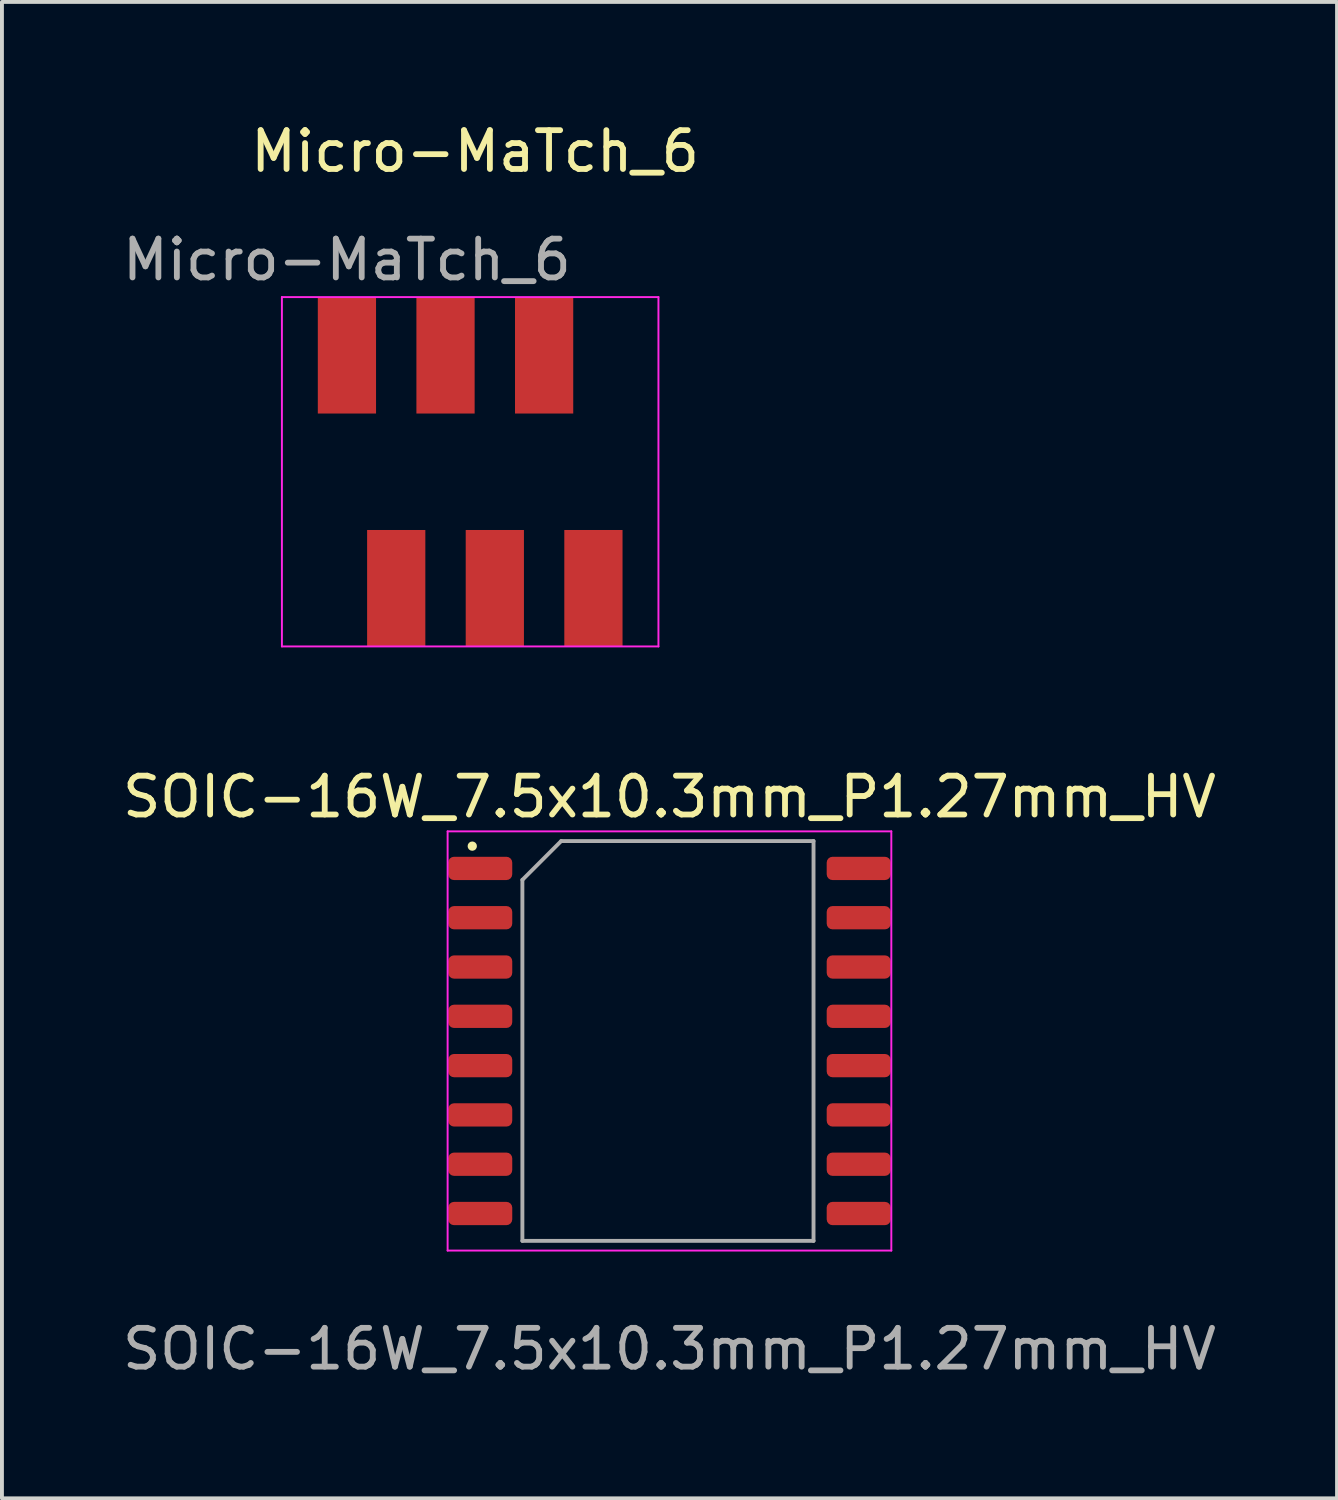
<source format=kicad_pcb>
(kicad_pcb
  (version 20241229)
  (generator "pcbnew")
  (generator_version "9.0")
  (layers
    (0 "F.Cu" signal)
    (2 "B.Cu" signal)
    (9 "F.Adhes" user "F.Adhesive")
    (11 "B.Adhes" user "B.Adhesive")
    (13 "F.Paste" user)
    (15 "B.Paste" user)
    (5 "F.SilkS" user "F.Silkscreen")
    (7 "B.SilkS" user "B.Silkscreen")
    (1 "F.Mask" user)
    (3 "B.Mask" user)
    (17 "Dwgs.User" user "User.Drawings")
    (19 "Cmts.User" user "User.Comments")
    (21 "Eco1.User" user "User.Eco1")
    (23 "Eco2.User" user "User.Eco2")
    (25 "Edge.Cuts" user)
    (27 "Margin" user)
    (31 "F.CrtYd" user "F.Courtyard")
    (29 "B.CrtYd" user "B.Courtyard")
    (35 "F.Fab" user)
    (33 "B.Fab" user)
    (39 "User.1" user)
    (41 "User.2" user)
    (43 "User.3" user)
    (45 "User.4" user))
  (footprint "SOIC-16W_7.5x10.3mm_P1.27mm_HV"
    (layer "F.Cu")
    (at 14.196 23.7)
    (property "Reference" "SOIC-16W_7.5x10.3mm_P1.27mm_HV" (at 0 -6.223 0) (unlocked yes) (layer "F.SilkS") (effects (font (size 1 1) (thickness 0.15))))
    (attr smd)
    (fp_circle (center -5.08 -4.953) (end -5.08 -4.953) (stroke (width 0.12) (type solid)) (fill no) (layer "F.SilkS"))
    (fp_line (start -5.715 -5.334) (end -5.715 5.466) (stroke (width 0.05) (type solid)) (layer "F.CrtYd"))
    (fp_line (start -5.715 5.466) (end 5.715 5.466) (stroke (width 0.05) (type solid)) (layer "F.CrtYd"))
    (fp_line (start 5.715 -5.334) (end -5.715 -5.334) (stroke (width 0.05) (type solid)) (layer "F.CrtYd"))
    (fp_line (start 5.715 5.466) (end 5.715 -5.334) (stroke (width 0.05) (type solid)) (layer "F.CrtYd"))
    (fp_line (start -3.789 -4.084) (end -2.789 -5.084) (stroke (width 0.1) (type solid)) (layer "F.Fab"))
    (fp_line (start -3.789 5.216) (end -3.789 -4.084) (stroke (width 0.1) (type solid)) (layer "F.Fab"))
    (fp_line (start -2.789 -5.084) (end 3.711 -5.084) (stroke (width 0.1) (type solid)) (layer "F.Fab"))
    (fp_line (start 3.711 -5.084) (end 3.711 5.216) (stroke (width 0.1) (type solid)) (layer "F.Fab"))
    (fp_line (start 3.711 5.216) (end -3.789 5.216) (stroke (width 0.1) (type solid)) (layer "F.Fab"))
    (fp_text user "${REFERENCE}" (at 0 8.001 0) (unlocked yes) (layer "F.Fab") (effects (font (size 1 1) (thickness 0.15))))
    (pad "1" smd roundrect (at -4.875 -4.379) (size 1.65 0.6) (layers "F.Cu" "F.Mask" "F.Paste") (roundrect_rratio 0.25))
    (pad "2" smd roundrect (at -4.875 -3.109) (size 1.65 0.6) (layers "F.Cu" "F.Mask" "F.Paste") (roundrect_rratio 0.25))
    (pad "3" smd roundrect (at -4.875 -1.839) (size 1.65 0.6) (layers "F.Cu" "F.Mask" "F.Paste") (roundrect_rratio 0.25))
    (pad "4" smd roundrect (at -4.875 -0.569) (size 1.65 0.6) (layers "F.Cu" "F.Mask" "F.Paste") (roundrect_rratio 0.25))
    (pad "5" smd roundrect (at -4.875 0.701) (size 1.65 0.6) (layers "F.Cu" "F.Mask" "F.Paste") (roundrect_rratio 0.25))
    (pad "6" smd roundrect (at -4.875 1.971) (size 1.65 0.6) (layers "F.Cu" "F.Mask" "F.Paste") (roundrect_rratio 0.25))
    (pad "7" smd roundrect (at -4.875 3.241) (size 1.65 0.6) (layers "F.Cu" "F.Mask" "F.Paste") (roundrect_rratio 0.25))
    (pad "8" smd roundrect (at -4.875 4.511) (size 1.65 0.6) (layers "F.Cu" "F.Mask" "F.Paste") (roundrect_rratio 0.25))
    (pad "9" smd roundrect (at 4.875 4.511) (size 1.65 0.6) (layers "F.Cu" "F.Mask" "F.Paste") (roundrect_rratio 0.25))
    (pad "10" smd roundrect (at 4.875 3.241) (size 1.65 0.6) (layers "F.Cu" "F.Mask" "F.Paste") (roundrect_rratio 0.25))
    (pad "11" smd roundrect (at 4.875 1.971) (size 1.65 0.6) (layers "F.Cu" "F.Mask" "F.Paste") (roundrect_rratio 0.25))
    (pad "12" smd roundrect (at 4.875 0.701) (size 1.65 0.6) (layers "F.Cu" "F.Mask" "F.Paste") (roundrect_rratio 0.25))
    (pad "13" smd roundrect (at 4.875 -0.569) (size 1.65 0.6) (layers "F.Cu" "F.Mask" "F.Paste") (roundrect_rratio 0.25))
    (pad "14" smd roundrect (at 4.875 -1.839) (size 1.65 0.6) (layers "F.Cu" "F.Mask" "F.Paste") (roundrect_rratio 0.25))
    (pad "15" smd roundrect (at 4.875 -3.109) (size 1.65 0.6) (layers "F.Cu" "F.Mask" "F.Paste") (roundrect_rratio 0.25))
    (pad "16" smd roundrect (at 4.875 -4.379) (size 1.65 0.6) (layers "F.Cu" "F.Mask" "F.Paste") (roundrect_rratio 0.25)))
  (footprint "Micro-MaTch_6"
    (layer "F.Cu")
    (at 9.062 9.103)
    (property "Reference" "Micro-MaTch_6" (at 0.127 -8.255 0) (unlocked yes) (layer "F.SilkS") (effects (font (size 1 1) (thickness 0.15))))
    (attr smd)
    (fp_line (start -4.85 4.5) (end -4.85 -4.5) (stroke (width 0.05) (type solid)) (layer "F.CrtYd"))
    (fp_line (start -4.85 4.5) (end 4.85 4.5) (stroke (width 0.05) (type solid)) (layer "F.CrtYd"))
    (fp_line (start 4.85 -4.5) (end -4.85 -4.5) (stroke (width 0.05) (type solid)) (layer "F.CrtYd"))
    (fp_line (start 4.85 -4.5) (end 4.85 4.5) (stroke (width 0.05) (type solid)) (layer "F.CrtYd"))
    (fp_text user "${REFERENCE}" (at -3.175 -5.461 0) (unlocked yes) (layer "F.Fab") (effects (font (size 1 1) (thickness 0.15))))
    (pad "1" smd rect (at -3.175 -3) (size 1.5 3) (layers "F.Cu" "F.Mask" "F.Paste"))
    (pad "2" smd rect (at -1.905 3) (size 1.5 3) (layers "F.Cu" "F.Mask" "F.Paste"))
    (pad "3" smd rect (at -0.635 -3) (size 1.5 3) (layers "F.Cu" "F.Mask" "F.Paste"))
    (pad "4" smd rect (at 0.635 3) (size 1.5 3) (layers "F.Cu" "F.Mask" "F.Paste"))
    (pad "5" smd rect (at 1.905 -3) (size 1.5 3) (layers "F.Cu" "F.Mask" "F.Paste"))
    (pad "6" smd rect (at 3.175 3) (size 1.5 3) (layers "F.Cu" "F.Mask" "F.Paste")))
  (gr_rect
    (start -3 -3)
    (end 31.393 35.549)
    (stroke (width 0.1) (type default))
    (fill no)
    (layer "Edge.Cuts")))
</source>
